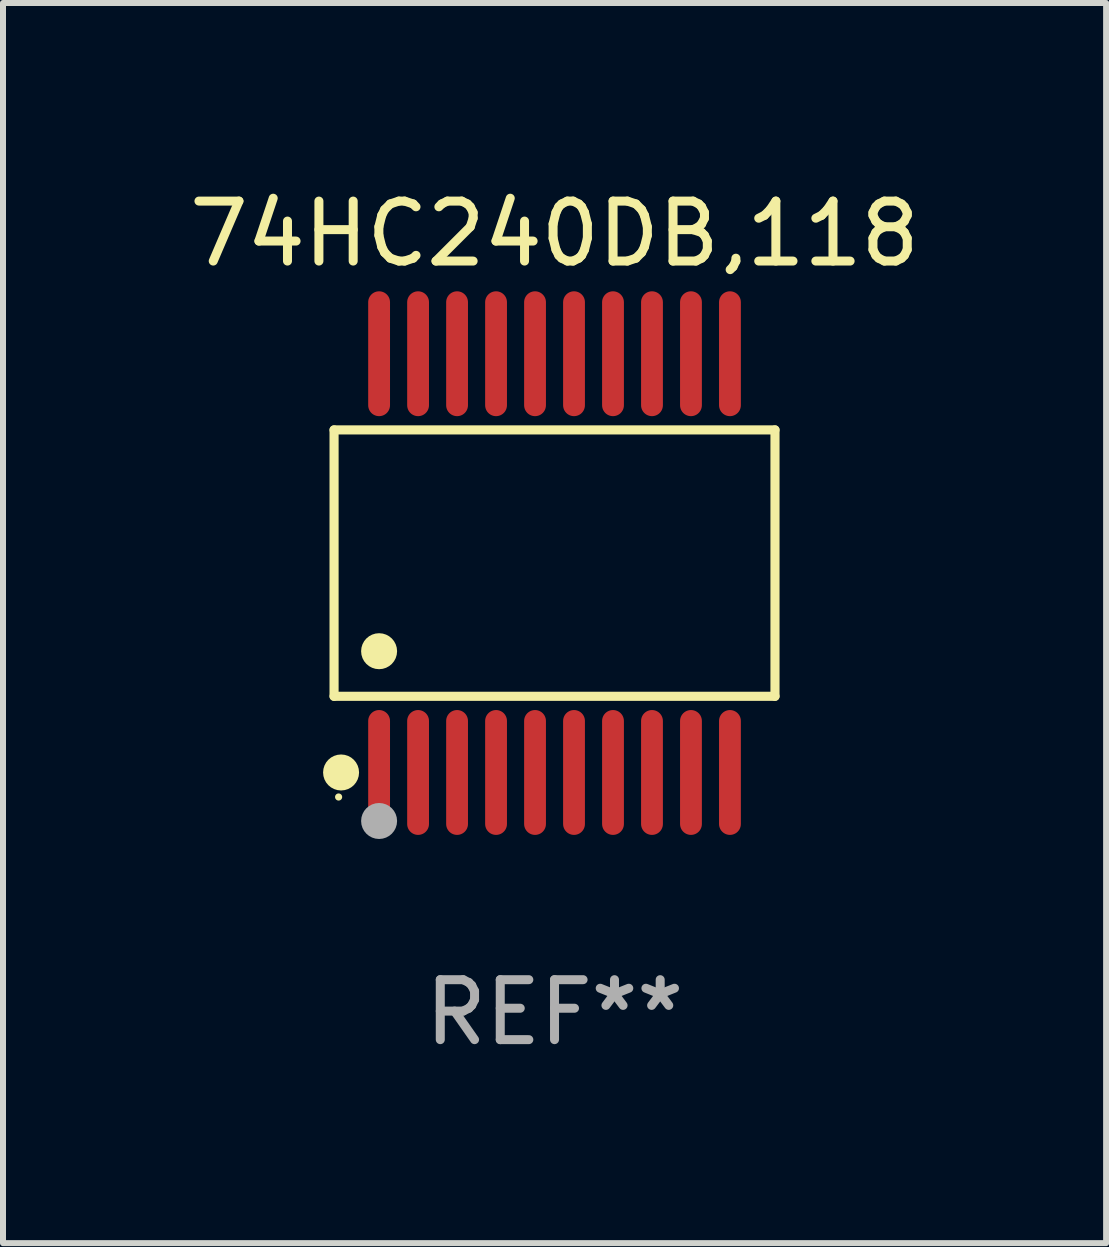
<source format=kicad_pcb>
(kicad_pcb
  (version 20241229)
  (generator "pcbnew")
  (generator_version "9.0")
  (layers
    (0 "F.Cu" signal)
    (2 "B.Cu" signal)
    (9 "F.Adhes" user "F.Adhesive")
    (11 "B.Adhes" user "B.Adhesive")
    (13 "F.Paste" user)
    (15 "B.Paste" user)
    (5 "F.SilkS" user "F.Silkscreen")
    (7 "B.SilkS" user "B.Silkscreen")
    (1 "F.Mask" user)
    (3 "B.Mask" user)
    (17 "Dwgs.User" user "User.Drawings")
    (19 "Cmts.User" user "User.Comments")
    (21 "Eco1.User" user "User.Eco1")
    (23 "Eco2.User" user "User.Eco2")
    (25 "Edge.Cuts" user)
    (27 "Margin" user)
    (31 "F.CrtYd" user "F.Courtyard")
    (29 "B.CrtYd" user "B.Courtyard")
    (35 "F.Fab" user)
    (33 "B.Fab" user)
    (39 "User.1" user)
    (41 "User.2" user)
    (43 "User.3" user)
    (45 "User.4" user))
  (footprint "74HC240DB,118"
    (layer "F.Cu")
    (at 6.196 6.339)
    (property "Reference" "74HC240DB,118" (at 0 -5.491 0) (layer "F.SilkS") (effects (font (size 1 1) (thickness 0.15))))
    (attr through_hole)
    (fp_line (start -3.676 -2.221) (end 3.676 -2.221) (stroke (width 0.152) (type solid)) (layer "F.SilkS"))
    (fp_line (start -3.676 2.221) (end -3.676 -2.221) (stroke (width 0.152) (type solid)) (layer "F.SilkS"))
    (fp_line (start 3.676 -2.221) (end 3.676 2.221) (stroke (width 0.152) (type solid)) (layer "F.SilkS"))
    (fp_line (start 3.676 2.221) (end -3.676 2.221) (stroke (width 0.152) (type solid)) (layer "F.SilkS"))
    (fp_circle (center -3.6 3.9) (end -3.57 3.9) (stroke (width 0.06) (type solid)) (fill no) (layer "F.SilkS"))
    (fp_circle (center -3.559 3.491) (end -3.409 3.491) (stroke (width 0.3) (type solid)) (fill no) (layer "F.SilkS"))
    (fp_circle (center -2.925 1.469) (end -2.775 1.469) (stroke (width 0.3) (type solid)) (fill no) (layer "F.SilkS"))
    (fp_circle (center -2.925 4.3) (end -2.775 4.3) (stroke (width 0.3) (type solid)) (fill no) (layer "F.Fab"))
    (fp_text user "REF**" (at 0 7.491 0) (layer "F.Fab") (effects (font (size 1 1) (thickness 0.15))))
    (pad "1" smd oval (at -2.925 3.491) (size 0.364 2.082) (layers "F.Cu" "F.Mask" "F.Paste"))
    (pad "2" smd oval (at -2.275 3.491) (size 0.364 2.082) (layers "F.Cu" "F.Mask" "F.Paste"))
    (pad "3" smd oval (at -1.625 3.491) (size 0.364 2.082) (layers "F.Cu" "F.Mask" "F.Paste"))
    (pad "4" smd oval (at -0.975 3.491) (size 0.364 2.082) (layers "F.Cu" "F.Mask" "F.Paste"))
    (pad "5" smd oval (at -0.325 3.491) (size 0.364 2.082) (layers "F.Cu" "F.Mask" "F.Paste"))
    (pad "6" smd oval (at 0.325 3.491) (size 0.364 2.082) (layers "F.Cu" "F.Mask" "F.Paste"))
    (pad "7" smd oval (at 0.975 3.491) (size 0.364 2.082) (layers "F.Cu" "F.Mask" "F.Paste"))
    (pad "8" smd oval (at 1.625 3.491) (size 0.364 2.082) (layers "F.Cu" "F.Mask" "F.Paste"))
    (pad "9" smd oval (at 2.275 3.491) (size 0.364 2.082) (layers "F.Cu" "F.Mask" "F.Paste"))
    (pad "10" smd oval (at 2.925 3.491) (size 0.364 2.082) (layers "F.Cu" "F.Mask" "F.Paste"))
    (pad "11" smd oval (at 2.925 -3.491) (size 0.364 2.082) (layers "F.Cu" "F.Mask" "F.Paste"))
    (pad "12" smd oval (at 2.275 -3.491) (size 0.364 2.082) (layers "F.Cu" "F.Mask" "F.Paste"))
    (pad "13" smd oval (at 1.625 -3.491) (size 0.364 2.082) (layers "F.Cu" "F.Mask" "F.Paste"))
    (pad "14" smd oval (at 0.975 -3.491) (size 0.364 2.082) (layers "F.Cu" "F.Mask" "F.Paste"))
    (pad "15" smd oval (at 0.325 -3.491) (size 0.364 2.082) (layers "F.Cu" "F.Mask" "F.Paste"))
    (pad "16" smd oval (at -0.325 -3.491) (size 0.364 2.082) (layers "F.Cu" "F.Mask" "F.Paste"))
    (pad "17" smd oval (at -0.975 -3.491) (size 0.364 2.082) (layers "F.Cu" "F.Mask" "F.Paste"))
    (pad "18" smd oval (at -1.625 -3.491) (size 0.364 2.082) (layers "F.Cu" "F.Mask" "F.Paste"))
    (pad "19" smd oval (at -2.275 -3.491) (size 0.364 2.082) (layers "F.Cu" "F.Mask" "F.Paste"))
    (pad "20" smd oval (at -2.925 -3.491) (size 0.364 2.082) (layers "F.Cu" "F.Mask" "F.Paste")))
  (gr_rect
    (start -3 -3)
    (end 15.393 17.678)
    (stroke (width 0.1) (type default))
    (fill no)
    (layer "Edge.Cuts")))
</source>
